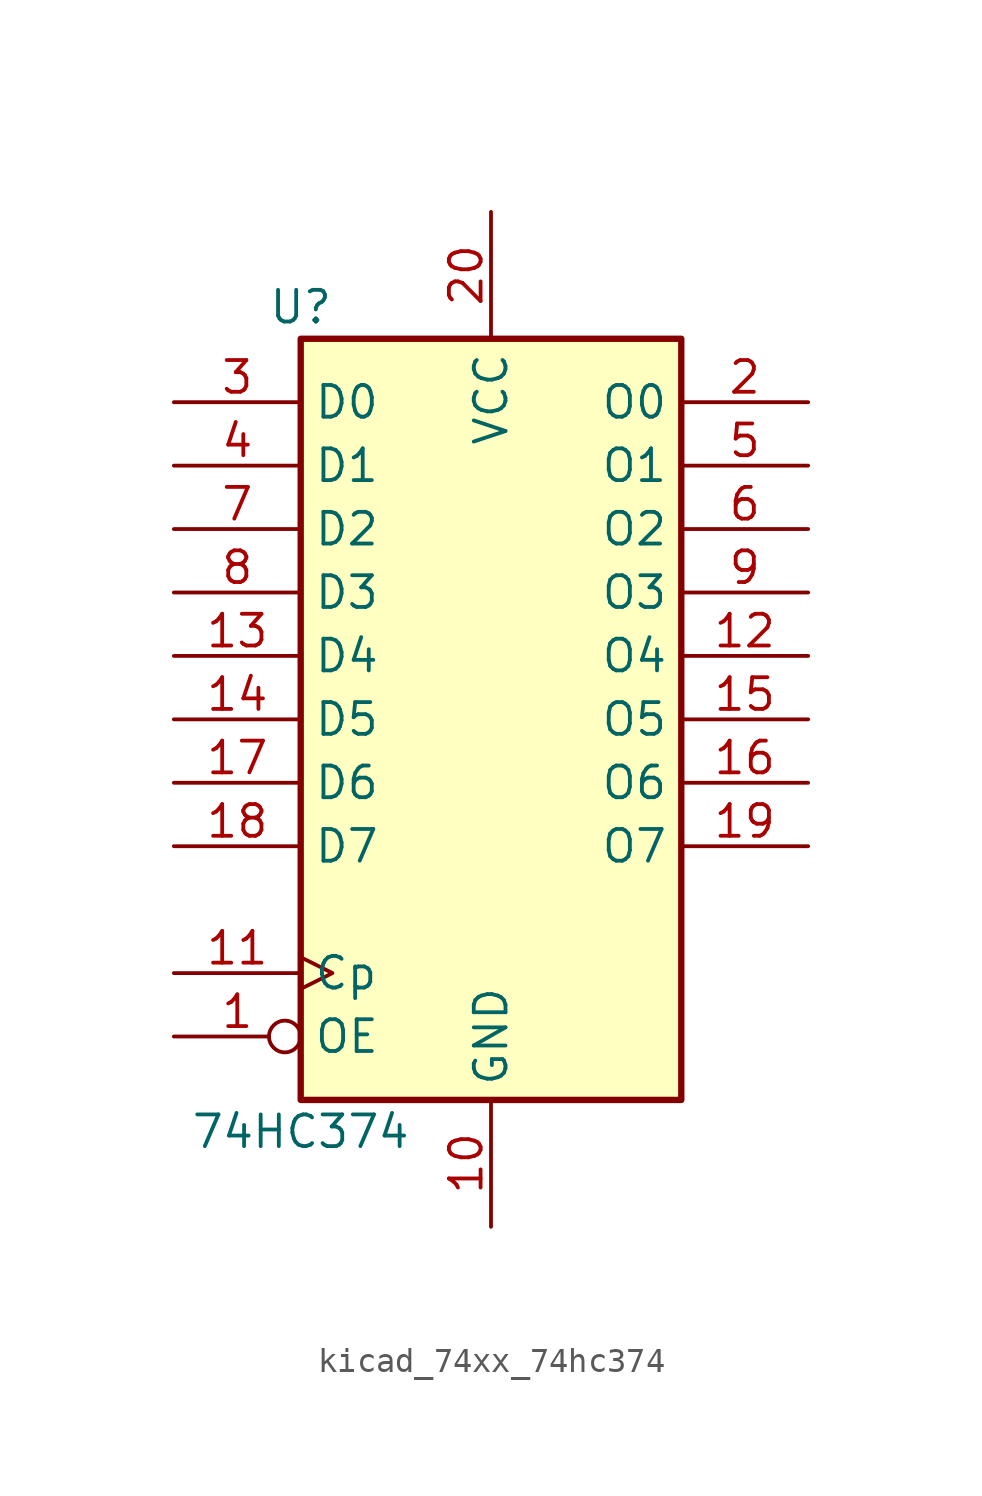
<source format=kicad_sym>
(kicad_symbol_lib
  (version 20220914)
  (generator kicad_symbol_editor)
  (symbol "kicad_74xx_74hc374"
    (property "Reference" "U"
      (at -7.62 16.51 0)
      (effects (font (size 1.27 1.27))))
    (property "Value" "74HC374"
      (at -7.62 -16.51 0)
      (effects (font (size 1.27 1.27))))
    (symbol "kicad_74xx_74hc374_1_0"
      (pin input inverted (at -12.7 -12.7 0) (length 5.08) (name "OE" (effects (font (size 1.27 1.27)))) (number "1" (effects (font (size 1.27 1.27)))))
      (pin power_in line (at 0 -20.32 90) (length 5.08) (name "GND" (effects (font (size 1.27 1.27)))) (number "10" (effects (font (size 1.27 1.27)))))
      (pin input clock (at -12.7 -10.16 0) (length 5.08) (name "Cp" (effects (font (size 1.27 1.27)))) (number "11" (effects (font (size 1.27 1.27)))))
      (pin tri_state line (at 12.7 2.54 180) (length 5.08) (name "O4" (effects (font (size 1.27 1.27)))) (number "12" (effects (font (size 1.27 1.27)))))
      (pin input line (at -12.7 2.54 0) (length 5.08) (name "D4" (effects (font (size 1.27 1.27)))) (number "13" (effects (font (size 1.27 1.27)))))
      (pin input line (at -12.7 0 0) (length 5.08) (name "D5" (effects (font (size 1.27 1.27)))) (number "14" (effects (font (size 1.27 1.27)))))
      (pin tri_state line (at 12.7 0 180) (length 5.08) (name "O5" (effects (font (size 1.27 1.27)))) (number "15" (effects (font (size 1.27 1.27)))))
      (pin tri_state line (at 12.7 -2.54 180) (length 5.08) (name "O6" (effects (font (size 1.27 1.27)))) (number "16" (effects (font (size 1.27 1.27)))))
      (pin input line (at -12.7 -2.54 0) (length 5.08) (name "D6" (effects (font (size 1.27 1.27)))) (number "17" (effects (font (size 1.27 1.27)))))
      (pin input line (at -12.7 -5.08 0) (length 5.08) (name "D7" (effects (font (size 1.27 1.27)))) (number "18" (effects (font (size 1.27 1.27)))))
      (pin tri_state line (at 12.7 -5.08 180) (length 5.08) (name "O7" (effects (font (size 1.27 1.27)))) (number "19" (effects (font (size 1.27 1.27)))))
      (pin tri_state line (at 12.7 12.7 180) (length 5.08) (name "O0" (effects (font (size 1.27 1.27)))) (number "2" (effects (font (size 1.27 1.27)))))
      (pin power_in line (at 0 20.32 270) (length 5.08) (name "VCC" (effects (font (size 1.27 1.27)))) (number "20" (effects (font (size 1.27 1.27)))))
      (pin input line (at -12.7 12.7 0) (length 5.08) (name "D0" (effects (font (size 1.27 1.27)))) (number "3" (effects (font (size 1.27 1.27)))))
      (pin input line (at -12.7 10.16 0) (length 5.08) (name "D1" (effects (font (size 1.27 1.27)))) (number "4" (effects (font (size 1.27 1.27)))))
      (pin tri_state line (at 12.7 10.16 180) (length 5.08) (name "O1" (effects (font (size 1.27 1.27)))) (number "5" (effects (font (size 1.27 1.27)))))
      (pin tri_state line (at 12.7 7.62 180) (length 5.08) (name "O2" (effects (font (size 1.27 1.27)))) (number "6" (effects (font (size 1.27 1.27)))))
      (pin input line (at -12.7 7.62 0) (length 5.08) (name "D2" (effects (font (size 1.27 1.27)))) (number "7" (effects (font (size 1.27 1.27)))))
      (pin input line (at -12.7 5.08 0) (length 5.08) (name "D3" (effects (font (size 1.27 1.27)))) (number "8" (effects (font (size 1.27 1.27)))))
      (pin tri_state line (at 12.7 5.08 180) (length 5.08) (name "O3" (effects (font (size 1.27 1.27)))) (number "9" (effects (font (size 1.27 1.27))))))
    (symbol "kicad_74xx_74hc374_1_1"
      (rectangle (start -7.62 15.24) (end 7.62 -15.24) (stroke (width 0.254) (type default)) (fill (type background))))))
</source>
